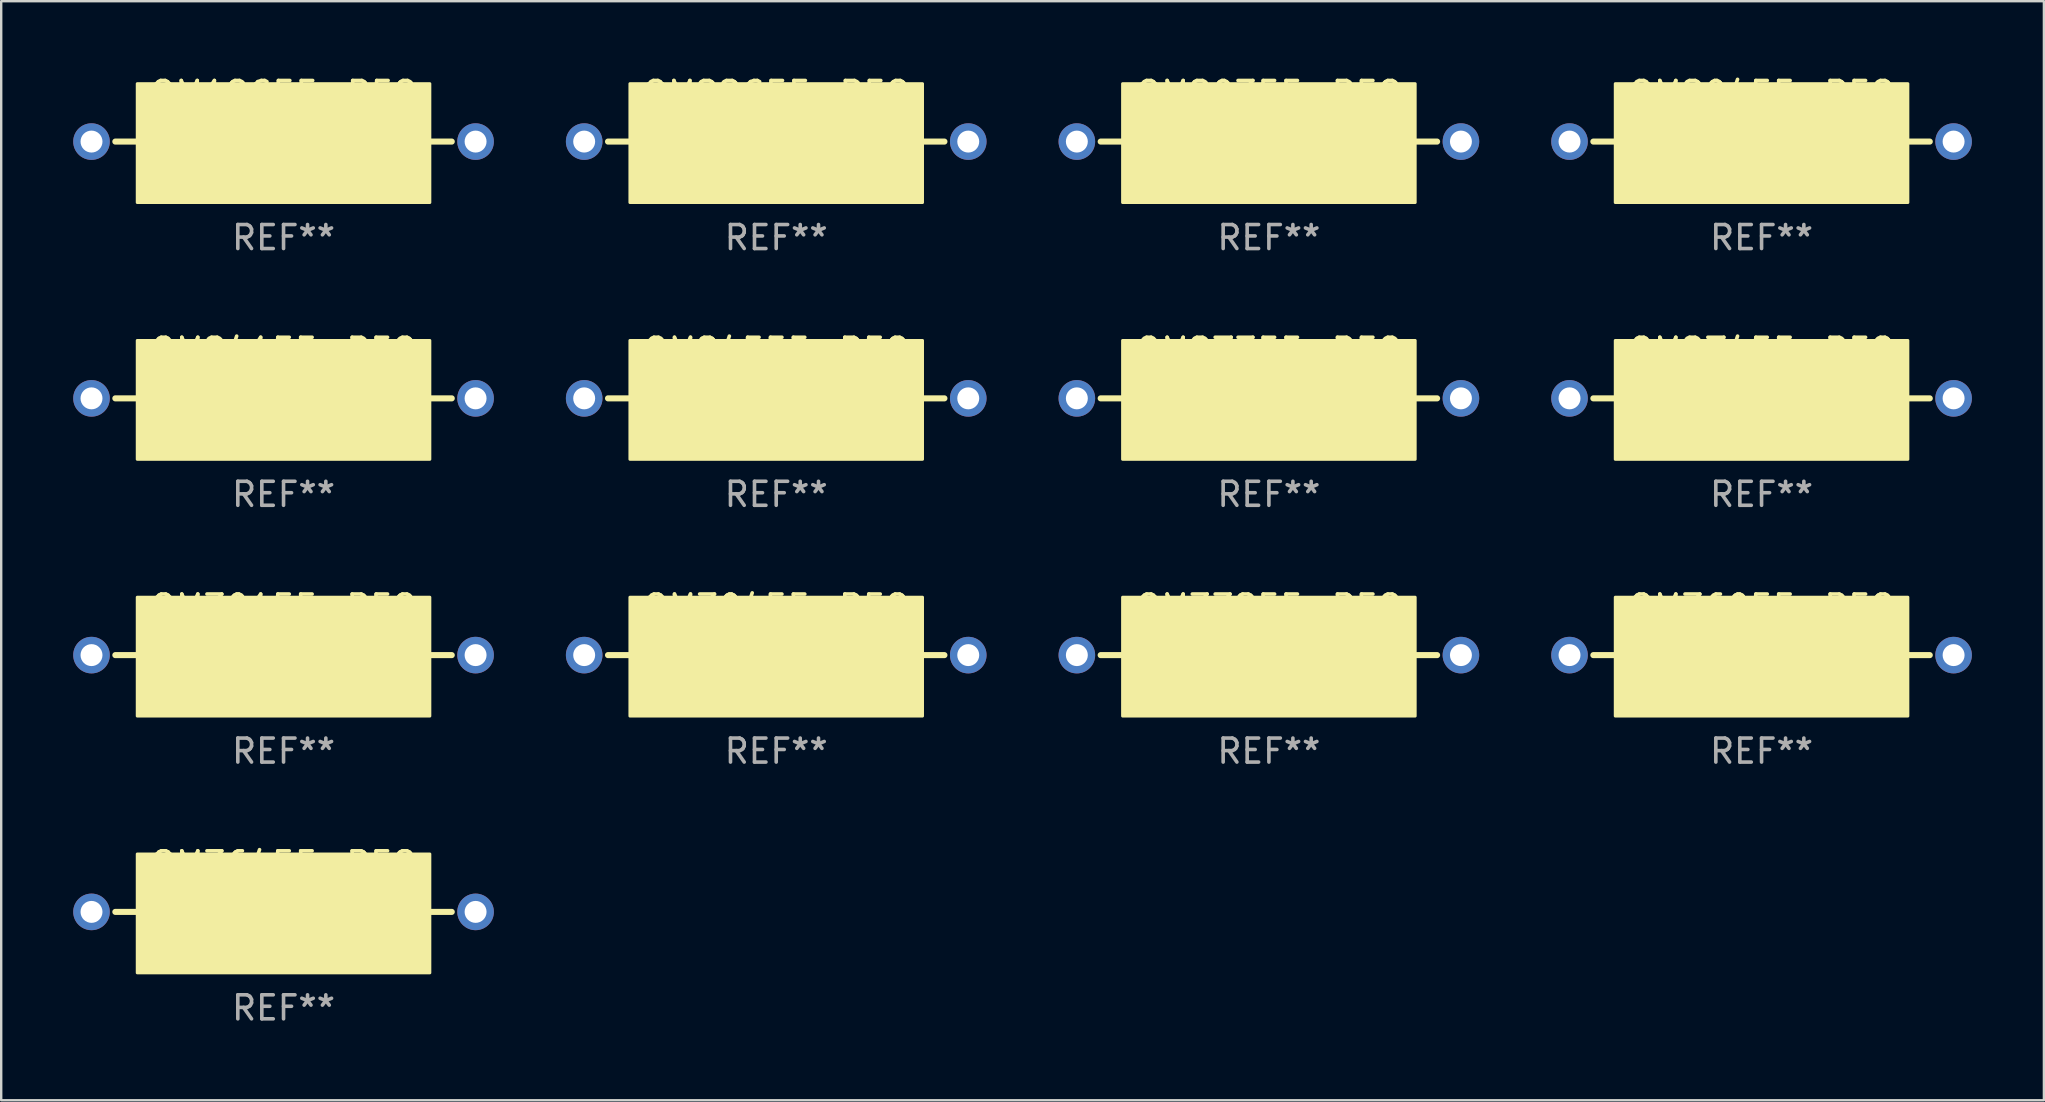
<source format=kicad_pcb>
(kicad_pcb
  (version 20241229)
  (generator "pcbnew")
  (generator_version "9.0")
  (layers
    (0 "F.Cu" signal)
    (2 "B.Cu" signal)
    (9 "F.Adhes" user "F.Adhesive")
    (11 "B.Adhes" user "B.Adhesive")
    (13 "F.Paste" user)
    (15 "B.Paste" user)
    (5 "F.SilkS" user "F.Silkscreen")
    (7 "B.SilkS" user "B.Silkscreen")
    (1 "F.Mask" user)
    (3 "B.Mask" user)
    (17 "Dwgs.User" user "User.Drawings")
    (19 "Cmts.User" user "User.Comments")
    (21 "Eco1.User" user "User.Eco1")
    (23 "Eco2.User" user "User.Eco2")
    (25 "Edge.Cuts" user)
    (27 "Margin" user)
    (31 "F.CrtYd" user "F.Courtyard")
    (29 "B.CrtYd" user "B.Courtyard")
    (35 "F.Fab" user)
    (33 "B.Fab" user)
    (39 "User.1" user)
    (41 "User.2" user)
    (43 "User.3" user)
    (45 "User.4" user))
  (footprint "OM3015E-R58"
    (layer "F.Cu")
    (at 8.762 24.241)
    (property "Reference" "OM3015E-R58" (at 0 -2 0) (layer "F.SilkS") (effects (font (size 1 1) (thickness 0.15))))
    (attr through_hole)
    (fp_line (start -7.007 0) (end -6.096 0) (stroke (width 0.254) (type solid)) (layer "F.SilkS"))
    (fp_line (start 7.007 0) (end 6.096 0) (stroke (width 0.254) (type solid)) (layer "F.SilkS"))
    (fp_poly (pts (xy -6.096 -2.413) (xy 6.096 -2.413) (xy 6.096 2.54) (xy -6.096 2.54)) (stroke (width 0.12) (type solid)) (fill yes) (layer "F.SilkS"))
    (fp_text user "REF**" (at 0 4 0) (layer "F.Fab") (effects (font (size 1 1) (thickness 0.15))))
    (pad "1" thru_hole circle (at -8 0) (size 1.524 1.524) (drill 0.914) (layers "*.Cu" "*.Mask"))
    (pad "2" thru_hole circle (at 8 0) (size 1.524 1.524) (drill 0.914) (layers "*.Cu" "*.Mask")))
  (footprint "OM2735E-R58"
    (layer "F.Cu")
    (at 49.81 13.545)
    (property "Reference" "OM2735E-R58" (at 0 -2 0) (layer "F.SilkS") (effects (font (size 1 1) (thickness 0.15))))
    (attr through_hole)
    (fp_line (start -7.007 0) (end -6.096 0) (stroke (width 0.254) (type solid)) (layer "F.SilkS"))
    (fp_line (start 7.007 0) (end 6.096 0) (stroke (width 0.254) (type solid)) (layer "F.SilkS"))
    (fp_poly (pts (xy -6.096 -2.413) (xy 6.096 -2.413) (xy 6.096 2.54) (xy -6.096 2.54)) (stroke (width 0.12) (type solid)) (fill yes) (layer "F.SilkS"))
    (fp_text user "REF**" (at 0 4 0) (layer "F.Fab") (effects (font (size 1 1) (thickness 0.15))))
    (pad "1" thru_hole circle (at -8 0) (size 1.524 1.524) (drill 0.914) (layers "*.Cu" "*.Mask"))
    (pad "2" thru_hole circle (at 8 0) (size 1.524 1.524) (drill 0.914) (layers "*.Cu" "*.Mask")))
  (footprint "OM3045E-R58"
    (layer "F.Cu")
    (at 29.286 24.241)
    (property "Reference" "OM3045E-R58" (at 0 -2 0) (layer "F.SilkS") (effects (font (size 1 1) (thickness 0.15))))
    (attr through_hole)
    (fp_line (start -7.007 0) (end -6.096 0) (stroke (width 0.254) (type solid)) (layer "F.SilkS"))
    (fp_line (start 7.007 0) (end 6.096 0) (stroke (width 0.254) (type solid)) (layer "F.SilkS"))
    (fp_poly (pts (xy -6.096 -2.413) (xy 6.096 -2.413) (xy 6.096 2.54) (xy -6.096 2.54)) (stroke (width 0.12) (type solid)) (fill yes) (layer "F.SilkS"))
    (fp_text user "REF**" (at 0 4 0) (layer "F.Fab") (effects (font (size 1 1) (thickness 0.15))))
    (pad "1" thru_hole circle (at -8 0) (size 1.524 1.524) (drill 0.914) (layers "*.Cu" "*.Mask"))
    (pad "2" thru_hole circle (at 8 0) (size 1.524 1.524) (drill 0.914) (layers "*.Cu" "*.Mask")))
  (footprint "OM3605E-R58"
    (layer "F.Cu")
    (at 70.334 24.241)
    (property "Reference" "OM3605E-R58" (at 0 -2 0) (layer "F.SilkS") (effects (font (size 1 1) (thickness 0.15))))
    (attr through_hole)
    (fp_line (start -7.007 0) (end -6.096 0) (stroke (width 0.254) (type solid)) (layer "F.SilkS"))
    (fp_line (start 7.007 0) (end 6.096 0) (stroke (width 0.254) (type solid)) (layer "F.SilkS"))
    (fp_poly (pts (xy -6.096 -2.413) (xy 6.096 -2.413) (xy 6.096 2.54) (xy -6.096 2.54)) (stroke (width 0.12) (type solid)) (fill yes) (layer "F.SilkS"))
    (fp_text user "REF**" (at 0 4 0) (layer "F.Fab") (effects (font (size 1 1) (thickness 0.15))))
    (pad "1" thru_hole circle (at -8 0) (size 1.524 1.524) (drill 0.914) (layers "*.Cu" "*.Mask"))
    (pad "2" thru_hole circle (at 8 0) (size 1.524 1.524) (drill 0.914) (layers "*.Cu" "*.Mask")))
  (footprint "OM2035E-R58"
    (layer "F.Cu")
    (at 49.81 2.848)
    (property "Reference" "OM2035E-R58" (at 0 -2 0) (layer "F.SilkS") (effects (font (size 1 1) (thickness 0.15))))
    (attr through_hole)
    (fp_line (start -7.007 0) (end -6.096 0) (stroke (width 0.254) (type solid)) (layer "F.SilkS"))
    (fp_line (start 7.007 0) (end 6.096 0) (stroke (width 0.254) (type solid)) (layer "F.SilkS"))
    (fp_poly (pts (xy -6.096 -2.413) (xy 6.096 -2.413) (xy 6.096 2.54) (xy -6.096 2.54)) (stroke (width 0.12) (type solid)) (fill yes) (layer "F.SilkS"))
    (fp_text user "REF**" (at 0 4 0) (layer "F.Fab") (effects (font (size 1 1) (thickness 0.15))))
    (pad "1" thru_hole circle (at -8 0) (size 1.524 1.524) (drill 0.914) (layers "*.Cu" "*.Mask"))
    (pad "2" thru_hole circle (at 8 0) (size 1.524 1.524) (drill 0.914) (layers "*.Cu" "*.Mask")))
  (footprint "OM3325E-R58"
    (layer "F.Cu")
    (at 49.81 24.241)
    (property "Reference" "OM3325E-R58" (at 0 -2 0) (layer "F.SilkS") (effects (font (size 1 1) (thickness 0.15))))
    (attr through_hole)
    (fp_line (start -7.007 0) (end -6.096 0) (stroke (width 0.254) (type solid)) (layer "F.SilkS"))
    (fp_line (start 7.007 0) (end 6.096 0) (stroke (width 0.254) (type solid)) (layer "F.SilkS"))
    (fp_poly (pts (xy -6.096 -2.413) (xy 6.096 -2.413) (xy 6.096 2.54) (xy -6.096 2.54)) (stroke (width 0.12) (type solid)) (fill yes) (layer "F.SilkS"))
    (fp_text user "REF**" (at 0 4 0) (layer "F.Fab") (effects (font (size 1 1) (thickness 0.15))))
    (pad "1" thru_hole circle (at -8 0) (size 1.524 1.524) (drill 0.914) (layers "*.Cu" "*.Mask"))
    (pad "2" thru_hole circle (at 8 0) (size 1.524 1.524) (drill 0.914) (layers "*.Cu" "*.Mask")))
  (footprint "OM18G5E-R58"
    (layer "F.Cu")
    (at 8.762 2.848)
    (property "Reference" "OM18G5E-R58" (at 0 -2 0) (layer "F.SilkS") (effects (font (size 1 1) (thickness 0.15))))
    (attr through_hole)
    (fp_line (start -7.007 0) (end -6.096 0) (stroke (width 0.254) (type solid)) (layer "F.SilkS"))
    (fp_line (start 7.007 0) (end 6.096 0) (stroke (width 0.254) (type solid)) (layer "F.SilkS"))
    (fp_poly (pts (xy -6.096 -2.413) (xy 6.096 -2.413) (xy 6.096 2.54) (xy -6.096 2.54)) (stroke (width 0.12) (type solid)) (fill yes) (layer "F.SilkS"))
    (fp_text user "REF**" (at 0 4 0) (layer "F.Fab") (effects (font (size 1 1) (thickness 0.15))))
    (pad "1" thru_hole circle (at -8 0) (size 1.524 1.524) (drill 0.914) (layers "*.Cu" "*.Mask"))
    (pad "2" thru_hole circle (at 8 0) (size 1.524 1.524) (drill 0.914) (layers "*.Cu" "*.Mask")))
  (footprint "OM2745E-R58"
    (layer "F.Cu")
    (at 70.334 13.545)
    (property "Reference" "OM2745E-R58" (at 0 -2 0) (layer "F.SilkS") (effects (font (size 1 1) (thickness 0.15))))
    (attr through_hole)
    (fp_line (start -7.007 0) (end -6.096 0) (stroke (width 0.254) (type solid)) (layer "F.SilkS"))
    (fp_line (start 7.007 0) (end 6.096 0) (stroke (width 0.254) (type solid)) (layer "F.SilkS"))
    (fp_poly (pts (xy -6.096 -2.413) (xy 6.096 -2.413) (xy 6.096 2.54) (xy -6.096 2.54)) (stroke (width 0.12) (type solid)) (fill yes) (layer "F.SilkS"))
    (fp_text user "REF**" (at 0 4 0) (layer "F.Fab") (effects (font (size 1 1) (thickness 0.15))))
    (pad "1" thru_hole circle (at -8 0) (size 1.524 1.524) (drill 0.914) (layers "*.Cu" "*.Mask"))
    (pad "2" thru_hole circle (at 8 0) (size 1.524 1.524) (drill 0.914) (layers "*.Cu" "*.Mask")))
  (footprint "OM2415E-R58"
    (layer "F.Cu")
    (at 8.762 13.545)
    (property "Reference" "OM2415E-R58" (at 0 -2 0) (layer "F.SilkS") (effects (font (size 1 1) (thickness 0.15))))
    (attr through_hole)
    (fp_line (start -7.007 0) (end -6.096 0) (stroke (width 0.254) (type solid)) (layer "F.SilkS"))
    (fp_line (start 7.007 0) (end 6.096 0) (stroke (width 0.254) (type solid)) (layer "F.SilkS"))
    (fp_poly (pts (xy -6.096 -2.413) (xy 6.096 -2.413) (xy 6.096 2.54) (xy -6.096 2.54)) (stroke (width 0.12) (type solid)) (fill yes) (layer "F.SilkS"))
    (fp_text user "REF**" (at 0 4 0) (layer "F.Fab") (effects (font (size 1 1) (thickness 0.15))))
    (pad "1" thru_hole circle (at -8 0) (size 1.524 1.524) (drill 0.914) (layers "*.Cu" "*.Mask"))
    (pad "2" thru_hole circle (at 8 0) (size 1.524 1.524) (drill 0.914) (layers "*.Cu" "*.Mask")))
  (footprint "OM2455E-R58"
    (layer "F.Cu")
    (at 29.286 13.545)
    (property "Reference" "OM2455E-R58" (at 0 -2 0) (layer "F.SilkS") (effects (font (size 1 1) (thickness 0.15))))
    (attr through_hole)
    (fp_line (start -7.007 0) (end -6.096 0) (stroke (width 0.254) (type solid)) (layer "F.SilkS"))
    (fp_line (start 7.007 0) (end 6.096 0) (stroke (width 0.254) (type solid)) (layer "F.SilkS"))
    (fp_poly (pts (xy -6.096 -2.413) (xy 6.096 -2.413) (xy 6.096 2.54) (xy -6.096 2.54)) (stroke (width 0.12) (type solid)) (fill yes) (layer "F.SilkS"))
    (fp_text user "REF**" (at 0 4 0) (layer "F.Fab") (effects (font (size 1 1) (thickness 0.15))))
    (pad "1" thru_hole circle (at -8 0) (size 1.524 1.524) (drill 0.914) (layers "*.Cu" "*.Mask"))
    (pad "2" thru_hole circle (at 8 0) (size 1.524 1.524) (drill 0.914) (layers "*.Cu" "*.Mask")))
  (footprint "OM22G5E-R58"
    (layer "F.Cu")
    (at 29.286 2.848)
    (property "Reference" "OM22G5E-R58" (at 0 -2 0) (layer "F.SilkS") (effects (font (size 1 1) (thickness 0.15))))
    (attr through_hole)
    (fp_line (start -7.007 0) (end -6.096 0) (stroke (width 0.254) (type solid)) (layer "F.SilkS"))
    (fp_line (start 7.007 0) (end 6.096 0) (stroke (width 0.254) (type solid)) (layer "F.SilkS"))
    (fp_poly (pts (xy -6.096 -2.413) (xy 6.096 -2.413) (xy 6.096 2.54) (xy -6.096 2.54)) (stroke (width 0.12) (type solid)) (fill yes) (layer "F.SilkS"))
    (fp_text user "REF**" (at 0 4 0) (layer "F.Fab") (effects (font (size 1 1) (thickness 0.15))))
    (pad "1" thru_hole circle (at -8 0) (size 1.524 1.524) (drill 0.914) (layers "*.Cu" "*.Mask"))
    (pad "2" thru_hole circle (at 8 0) (size 1.524 1.524) (drill 0.914) (layers "*.Cu" "*.Mask")))
  (footprint "OM2045E-R58"
    (layer "F.Cu")
    (at 70.334 2.848)
    (property "Reference" "OM2045E-R58" (at 0 -2 0) (layer "F.SilkS") (effects (font (size 1 1) (thickness 0.15))))
    (attr through_hole)
    (fp_line (start -7.007 0) (end -6.096 0) (stroke (width 0.254) (type solid)) (layer "F.SilkS"))
    (fp_line (start 7.007 0) (end 6.096 0) (stroke (width 0.254) (type solid)) (layer "F.SilkS"))
    (fp_poly (pts (xy -6.096 -2.413) (xy 6.096 -2.413) (xy 6.096 2.54) (xy -6.096 2.54)) (stroke (width 0.12) (type solid)) (fill yes) (layer "F.SilkS"))
    (fp_text user "REF**" (at 0 4 0) (layer "F.Fab") (effects (font (size 1 1) (thickness 0.15))))
    (pad "1" thru_hole circle (at -8 0) (size 1.524 1.524) (drill 0.914) (layers "*.Cu" "*.Mask"))
    (pad "2" thru_hole circle (at 8 0) (size 1.524 1.524) (drill 0.914) (layers "*.Cu" "*.Mask")))
  (footprint "OM3645E-R58"
    (layer "F.Cu")
    (at 8.762 34.938)
    (property "Reference" "OM3645E-R58" (at 0 -2 0) (layer "F.SilkS") (effects (font (size 1 1) (thickness 0.15))))
    (attr through_hole)
    (fp_line (start -7.007 0) (end -6.096 0) (stroke (width 0.254) (type solid)) (layer "F.SilkS"))
    (fp_line (start 7.007 0) (end 6.096 0) (stroke (width 0.254) (type solid)) (layer "F.SilkS"))
    (fp_poly (pts (xy -6.096 -2.413) (xy 6.096 -2.413) (xy 6.096 2.54) (xy -6.096 2.54)) (stroke (width 0.12) (type solid)) (fill yes) (layer "F.SilkS"))
    (fp_text user "REF**" (at 0 4 0) (layer "F.Fab") (effects (font (size 1 1) (thickness 0.15))))
    (pad "1" thru_hole circle (at -8 0) (size 1.524 1.524) (drill 0.914) (layers "*.Cu" "*.Mask"))
    (pad "2" thru_hole circle (at 8 0) (size 1.524 1.524) (drill 0.914) (layers "*.Cu" "*.Mask")))
  (gr_rect
    (start -3 -3)
    (end 82.096 42.786)
    (stroke (width 0.1) (type default))
    (fill no)
    (layer "Edge.Cuts")))
</source>
